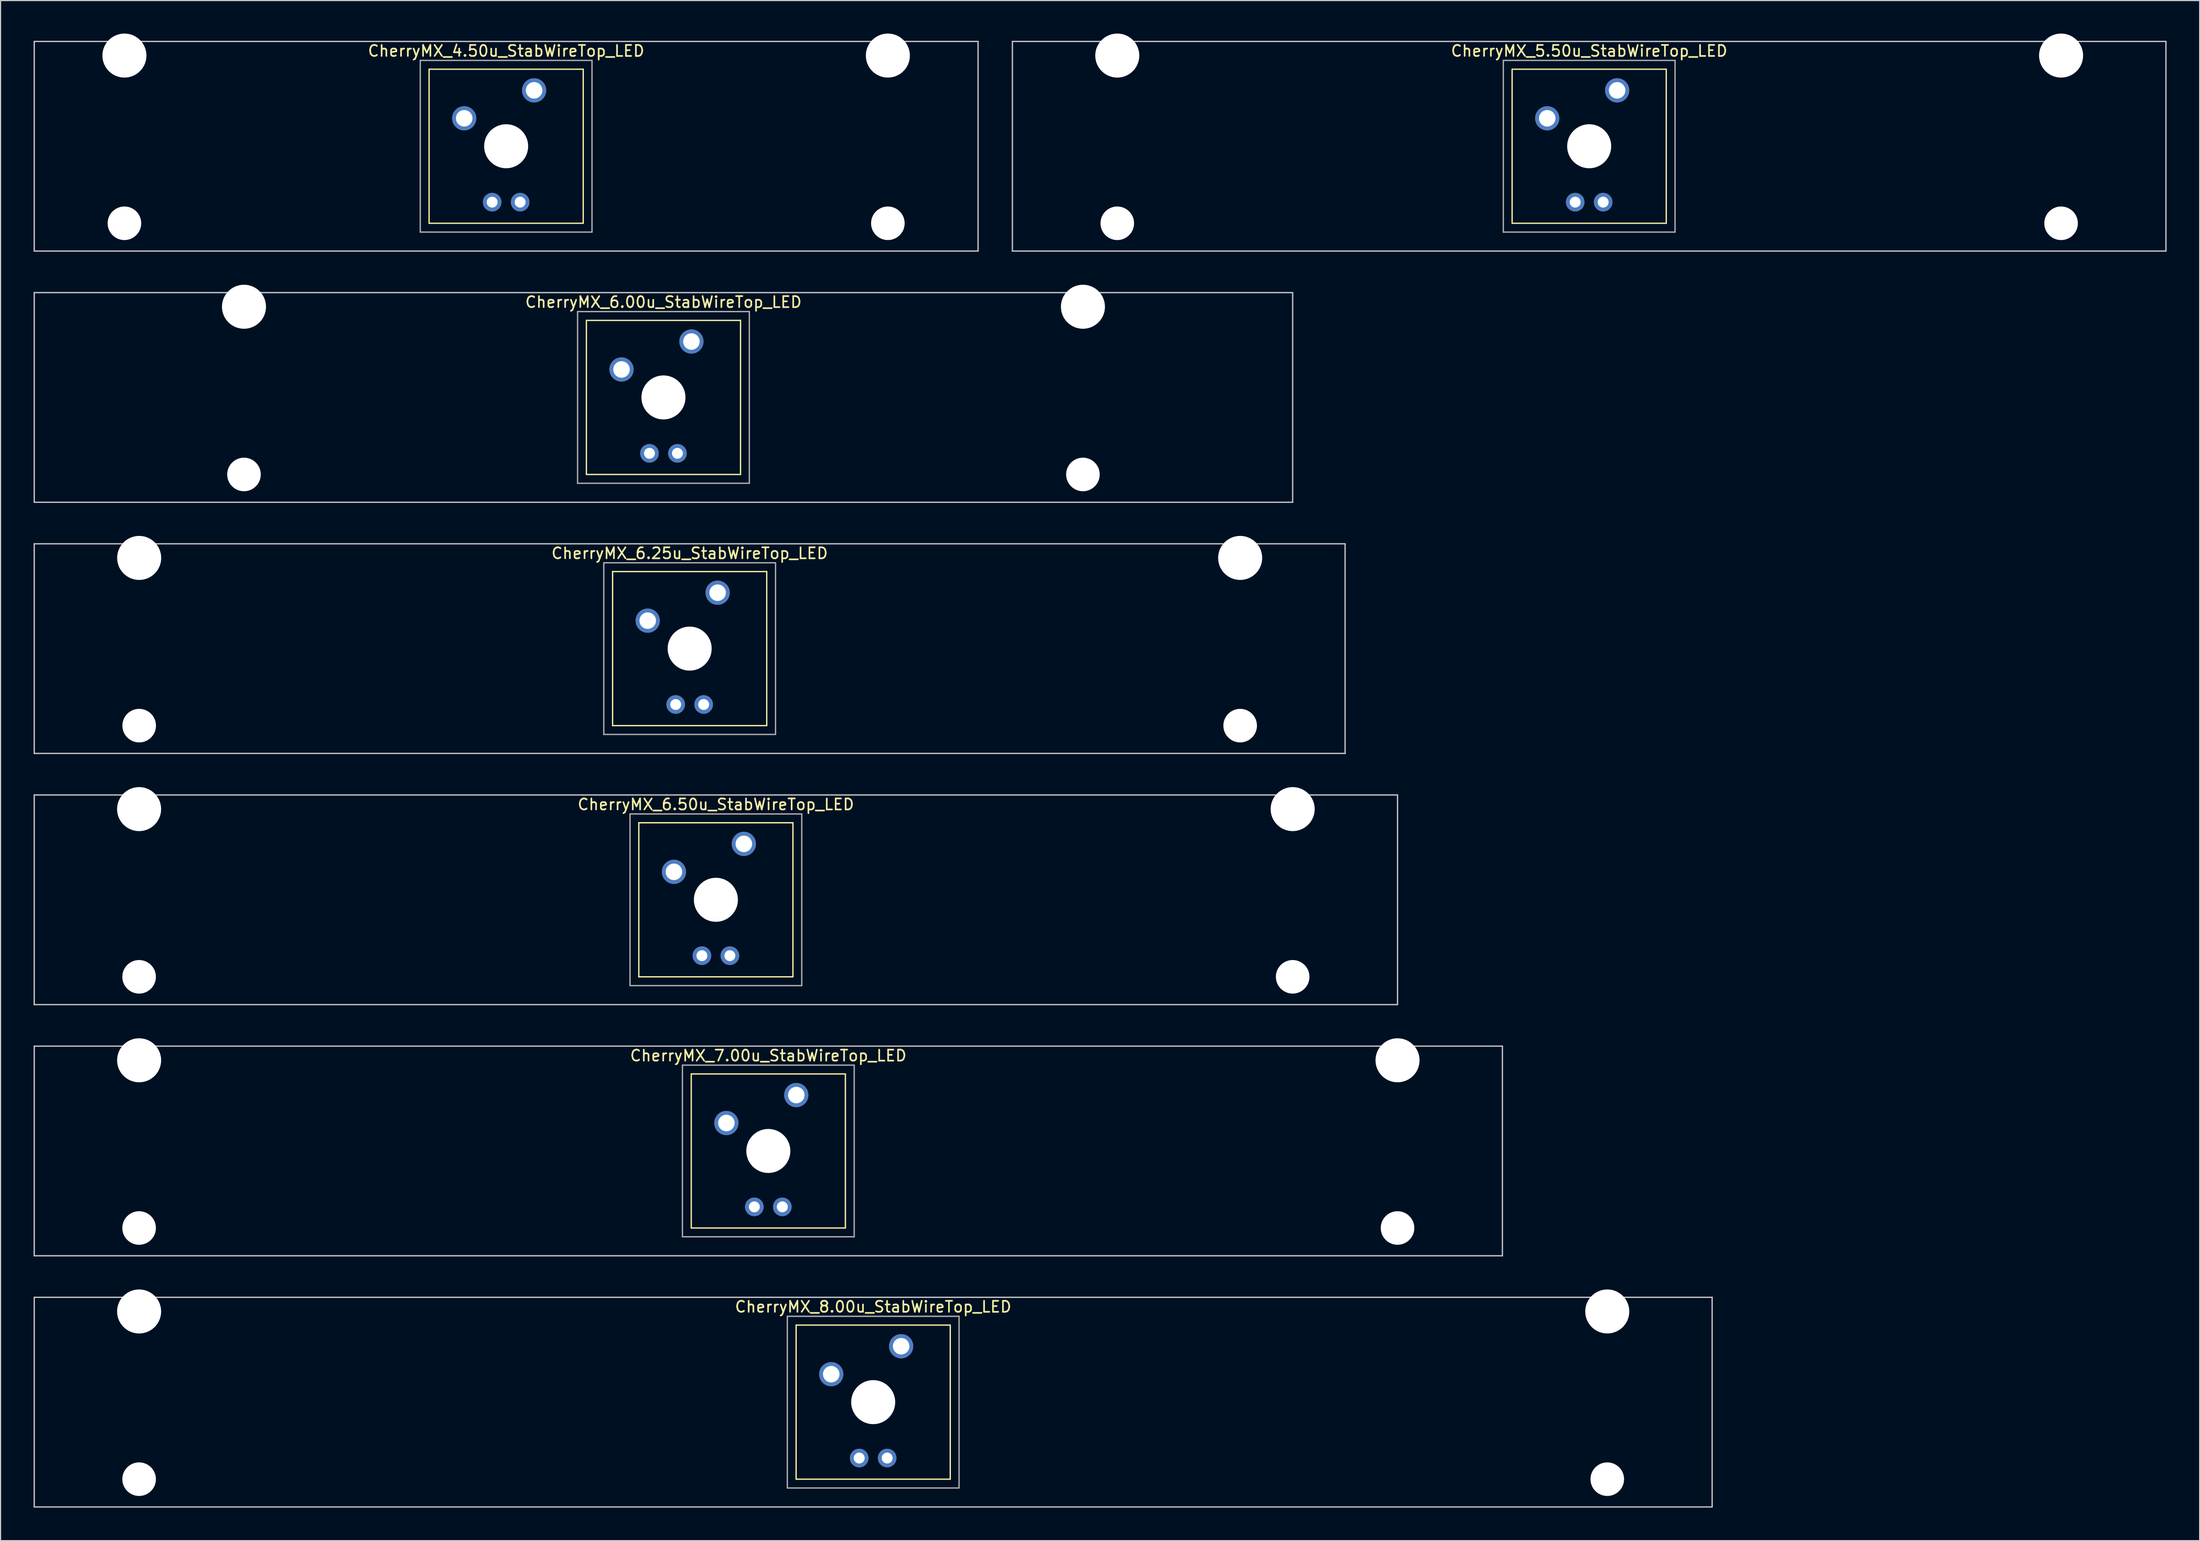
<source format=kicad_pcb>
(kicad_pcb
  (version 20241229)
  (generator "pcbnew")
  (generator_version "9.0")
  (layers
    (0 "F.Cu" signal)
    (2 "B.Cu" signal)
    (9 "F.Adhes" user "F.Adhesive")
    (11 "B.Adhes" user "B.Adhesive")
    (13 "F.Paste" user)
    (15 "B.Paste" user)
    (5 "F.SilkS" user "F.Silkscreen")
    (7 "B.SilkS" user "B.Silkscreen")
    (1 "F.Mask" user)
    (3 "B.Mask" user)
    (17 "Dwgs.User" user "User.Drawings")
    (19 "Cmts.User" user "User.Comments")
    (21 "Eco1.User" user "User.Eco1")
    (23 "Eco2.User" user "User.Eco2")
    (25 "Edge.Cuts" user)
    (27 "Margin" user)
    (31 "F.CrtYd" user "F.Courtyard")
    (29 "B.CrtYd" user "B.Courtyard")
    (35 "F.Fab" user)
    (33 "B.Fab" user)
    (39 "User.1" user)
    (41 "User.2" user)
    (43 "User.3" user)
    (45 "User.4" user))
  (footprint "CherryMX_6.00u_StabWireTop_LED"
    (layer "F.Cu")
    (at 57.21 33.065)
    (property "Reference" "CherryMX_6.00u_StabWireTop_LED" (at 0 -8.662 0) (layer "F.SilkS") (effects (font (size 1 1) (thickness 0.15))))
    (attr through_hole)
    (fp_line (start -7 -7) (end -7 7) (stroke (width 0.12) (type solid)) (layer "F.SilkS"))
    (fp_line (start -7 -7) (end 7 -7) (stroke (width 0.12) (type solid)) (layer "F.SilkS"))
    (fp_line (start 7 -7) (end 7 7) (stroke (width 0.12) (type solid)) (layer "F.SilkS"))
    (fp_line (start 7 7) (end -7 7) (stroke (width 0.12) (type solid)) (layer "F.SilkS"))
    (fp_line (start -57.15 -9.525) (end 57.15 -9.525) (stroke (width 0.12) (type solid)) (layer "Dwgs.User"))
    (fp_line (start -57.15 9.525) (end -57.15 -9.525) (stroke (width 0.12) (type solid)) (layer "Dwgs.User"))
    (fp_line (start 57.15 -9.525) (end 57.15 9.525) (stroke (width 0.12) (type solid)) (layer "Dwgs.User"))
    (fp_line (start 57.15 9.525) (end -57.15 9.525) (stroke (width 0.12) (type solid)) (layer "Dwgs.User"))
    (fp_line (start -7.8 -7.8) (end -7.8 7.8) (stroke (width 0.12) (type solid)) (layer "F.Fab"))
    (fp_line (start -7.8 -7.8) (end 7.8 -7.8) (stroke (width 0.12) (type solid)) (layer "F.Fab"))
    (fp_line (start -7.8 7.8) (end 7.8 7.8) (stroke (width 0.12) (type solid)) (layer "F.Fab"))
    (fp_line (start 7.8 -7.8) (end 7.8 7.8) (stroke (width 0.12) (type solid)) (layer "F.Fab"))
    (pad "" np_thru_hole circle (at -38.1 -8.24) (size 4 4) (drill 4) (layers "*.Cu" "*.Mask"))
    (pad "" np_thru_hole circle (at -38.1 7) (size 3.05 3.05) (drill 3.05) (layers "*.Cu" "*.Mask"))
    (pad "" np_thru_hole circle (at 0 0) (size 4 4) (drill 4) (layers "*.Cu" "*.Mask"))
    (pad "" np_thru_hole circle (at 38.1 -8.24) (size 4 4) (drill 4) (layers "*.Cu" "*.Mask"))
    (pad "" np_thru_hole circle (at 38.1 7) (size 3.05 3.05) (drill 3.05) (layers "*.Cu" "*.Mask"))
    (pad "1" thru_hole circle (at -3.81 -2.54) (size 2.2 2.2) (drill 1.5) (layers "*.Cu" "*.Mask"))
    (pad "2" thru_hole circle (at 2.54 -5.08) (size 2.2 2.2) (drill 1.5) (layers "*.Cu" "*.Mask"))
    (pad "3" thru_hole circle (at -1.27 5.08) (size 1.691 1.691) (drill 0.991) (layers "*.Cu" "*.Mask"))
    (pad "4" thru_hole circle (at 1.27 5.08) (size 1.691 1.691) (drill 0.991) (layers "*.Cu" "*.Mask")))
  (footprint "CherryMX_8.00u_StabWireTop_LED"
    (layer "F.Cu")
    (at 76.26 124.365)
    (property "Reference" "CherryMX_8.00u_StabWireTop_LED" (at 0 -8.662 0) (layer "F.SilkS") (effects (font (size 1 1) (thickness 0.15))))
    (attr through_hole)
    (fp_line (start -7 -7) (end -7 7) (stroke (width 0.12) (type solid)) (layer "F.SilkS"))
    (fp_line (start -7 -7) (end 7 -7) (stroke (width 0.12) (type solid)) (layer "F.SilkS"))
    (fp_line (start 7 -7) (end 7 7) (stroke (width 0.12) (type solid)) (layer "F.SilkS"))
    (fp_line (start 7 7) (end -7 7) (stroke (width 0.12) (type solid)) (layer "F.SilkS"))
    (fp_line (start -76.2 -9.525) (end 76.2 -9.525) (stroke (width 0.12) (type solid)) (layer "Dwgs.User"))
    (fp_line (start -76.2 9.525) (end -76.2 -9.525) (stroke (width 0.12) (type solid)) (layer "Dwgs.User"))
    (fp_line (start 76.2 -9.525) (end 76.2 9.525) (stroke (width 0.12) (type solid)) (layer "Dwgs.User"))
    (fp_line (start 76.2 9.525) (end -76.2 9.525) (stroke (width 0.12) (type solid)) (layer "Dwgs.User"))
    (fp_line (start -7.8 -7.8) (end -7.8 7.8) (stroke (width 0.12) (type solid)) (layer "F.Fab"))
    (fp_line (start -7.8 -7.8) (end 7.8 -7.8) (stroke (width 0.12) (type solid)) (layer "F.Fab"))
    (fp_line (start -7.8 7.8) (end 7.8 7.8) (stroke (width 0.12) (type solid)) (layer "F.Fab"))
    (fp_line (start 7.8 -7.8) (end 7.8 7.8) (stroke (width 0.12) (type solid)) (layer "F.Fab"))
    (pad "" np_thru_hole circle (at -66.675 -8.24) (size 4 4) (drill 4) (layers "*.Cu" "*.Mask"))
    (pad "" np_thru_hole circle (at -66.675 7) (size 3.05 3.05) (drill 3.05) (layers "*.Cu" "*.Mask"))
    (pad "" np_thru_hole circle (at 0 0) (size 4 4) (drill 4) (layers "*.Cu" "*.Mask"))
    (pad "" np_thru_hole circle (at 66.675 -8.24) (size 4 4) (drill 4) (layers "*.Cu" "*.Mask"))
    (pad "" np_thru_hole circle (at 66.675 7) (size 3.05 3.05) (drill 3.05) (layers "*.Cu" "*.Mask"))
    (pad "1" thru_hole circle (at -3.81 -2.54) (size 2.2 2.2) (drill 1.5) (layers "*.Cu" "*.Mask"))
    (pad "2" thru_hole circle (at 2.54 -5.08) (size 2.2 2.2) (drill 1.5) (layers "*.Cu" "*.Mask"))
    (pad "3" thru_hole circle (at -1.27 5.08) (size 1.691 1.691) (drill 0.991) (layers "*.Cu" "*.Mask"))
    (pad "4" thru_hole circle (at 1.27 5.08) (size 1.691 1.691) (drill 0.991) (layers "*.Cu" "*.Mask")))
  (footprint "CherryMX_6.50u_StabWireTop_LED"
    (layer "F.Cu")
    (at 61.972 78.715)
    (property "Reference" "CherryMX_6.50u_StabWireTop_LED" (at 0 -8.662 0) (layer "F.SilkS") (effects (font (size 1 1) (thickness 0.15))))
    (attr through_hole)
    (fp_line (start -7 -7) (end -7 7) (stroke (width 0.12) (type solid)) (layer "F.SilkS"))
    (fp_line (start -7 -7) (end 7 -7) (stroke (width 0.12) (type solid)) (layer "F.SilkS"))
    (fp_line (start 7 -7) (end 7 7) (stroke (width 0.12) (type solid)) (layer "F.SilkS"))
    (fp_line (start 7 7) (end -7 7) (stroke (width 0.12) (type solid)) (layer "F.SilkS"))
    (fp_line (start -61.913 -9.525) (end 61.913 -9.525) (stroke (width 0.12) (type solid)) (layer "Dwgs.User"))
    (fp_line (start -61.913 9.525) (end -61.913 -9.525) (stroke (width 0.12) (type solid)) (layer "Dwgs.User"))
    (fp_line (start 61.913 -9.525) (end 61.913 9.525) (stroke (width 0.12) (type solid)) (layer "Dwgs.User"))
    (fp_line (start 61.913 9.525) (end -61.913 9.525) (stroke (width 0.12) (type solid)) (layer "Dwgs.User"))
    (fp_line (start -7.8 -7.8) (end -7.8 7.8) (stroke (width 0.12) (type solid)) (layer "F.Fab"))
    (fp_line (start -7.8 -7.8) (end 7.8 -7.8) (stroke (width 0.12) (type solid)) (layer "F.Fab"))
    (fp_line (start -7.8 7.8) (end 7.8 7.8) (stroke (width 0.12) (type solid)) (layer "F.Fab"))
    (fp_line (start 7.8 -7.8) (end 7.8 7.8) (stroke (width 0.12) (type solid)) (layer "F.Fab"))
    (pad "" np_thru_hole circle (at -52.388 -8.24) (size 4 4) (drill 4) (layers "*.Cu" "*.Mask"))
    (pad "" np_thru_hole circle (at -52.388 7) (size 3.05 3.05) (drill 3.05) (layers "*.Cu" "*.Mask"))
    (pad "" np_thru_hole circle (at 0 0) (size 4 4) (drill 4) (layers "*.Cu" "*.Mask"))
    (pad "" np_thru_hole circle (at 52.388 -8.24) (size 4 4) (drill 4) (layers "*.Cu" "*.Mask"))
    (pad "" np_thru_hole circle (at 52.388 7) (size 3.05 3.05) (drill 3.05) (layers "*.Cu" "*.Mask"))
    (pad "1" thru_hole circle (at -3.81 -2.54) (size 2.2 2.2) (drill 1.5) (layers "*.Cu" "*.Mask"))
    (pad "2" thru_hole circle (at 2.54 -5.08) (size 2.2 2.2) (drill 1.5) (layers "*.Cu" "*.Mask"))
    (pad "3" thru_hole circle (at -1.27 5.08) (size 1.691 1.691) (drill 0.991) (layers "*.Cu" "*.Mask"))
    (pad "4" thru_hole circle (at 1.27 5.08) (size 1.691 1.691) (drill 0.991) (layers "*.Cu" "*.Mask")))
  (footprint "CherryMX_6.25u_StabWireTop_LED"
    (layer "F.Cu")
    (at 59.591 55.89)
    (property "Reference" "CherryMX_6.25u_StabWireTop_LED" (at 0 -8.662 0) (layer "F.SilkS") (effects (font (size 1 1) (thickness 0.15))))
    (attr through_hole)
    (fp_line (start -7 -7) (end -7 7) (stroke (width 0.12) (type solid)) (layer "F.SilkS"))
    (fp_line (start -7 -7) (end 7 -7) (stroke (width 0.12) (type solid)) (layer "F.SilkS"))
    (fp_line (start 7 -7) (end 7 7) (stroke (width 0.12) (type solid)) (layer "F.SilkS"))
    (fp_line (start 7 7) (end -7 7) (stroke (width 0.12) (type solid)) (layer "F.SilkS"))
    (fp_line (start -59.531 -9.525) (end 59.531 -9.525) (stroke (width 0.12) (type solid)) (layer "Dwgs.User"))
    (fp_line (start -59.531 9.525) (end -59.531 -9.525) (stroke (width 0.12) (type solid)) (layer "Dwgs.User"))
    (fp_line (start 59.531 -9.525) (end 59.531 9.525) (stroke (width 0.12) (type solid)) (layer "Dwgs.User"))
    (fp_line (start 59.531 9.525) (end -59.531 9.525) (stroke (width 0.12) (type solid)) (layer "Dwgs.User"))
    (fp_line (start -7.8 -7.8) (end -7.8 7.8) (stroke (width 0.12) (type solid)) (layer "F.Fab"))
    (fp_line (start -7.8 -7.8) (end 7.8 -7.8) (stroke (width 0.12) (type solid)) (layer "F.Fab"))
    (fp_line (start -7.8 7.8) (end 7.8 7.8) (stroke (width 0.12) (type solid)) (layer "F.Fab"))
    (fp_line (start 7.8 -7.8) (end 7.8 7.8) (stroke (width 0.12) (type solid)) (layer "F.Fab"))
    (pad "" np_thru_hole circle (at -50 -8.24) (size 4 4) (drill 4) (layers "*.Cu" "*.Mask"))
    (pad "" np_thru_hole circle (at -50 7) (size 3.05 3.05) (drill 3.05) (layers "*.Cu" "*.Mask"))
    (pad "" np_thru_hole circle (at 0 0) (size 4 4) (drill 4) (layers "*.Cu" "*.Mask"))
    (pad "" np_thru_hole circle (at 50 -8.24) (size 4 4) (drill 4) (layers "*.Cu" "*.Mask"))
    (pad "" np_thru_hole circle (at 50 7) (size 3.05 3.05) (drill 3.05) (layers "*.Cu" "*.Mask"))
    (pad "1" thru_hole circle (at -3.81 -2.54) (size 2.2 2.2) (drill 1.5) (layers "*.Cu" "*.Mask"))
    (pad "2" thru_hole circle (at 2.54 -5.08) (size 2.2 2.2) (drill 1.5) (layers "*.Cu" "*.Mask"))
    (pad "3" thru_hole circle (at -1.27 5.08) (size 1.691 1.691) (drill 0.991) (layers "*.Cu" "*.Mask"))
    (pad "4" thru_hole circle (at 1.27 5.08) (size 1.691 1.691) (drill 0.991) (layers "*.Cu" "*.Mask")))
  (footprint "CherryMX_7.00u_StabWireTop_LED"
    (layer "F.Cu")
    (at 66.735 101.54)
    (property "Reference" "CherryMX_7.00u_StabWireTop_LED" (at 0 -8.662 0) (layer "F.SilkS") (effects (font (size 1 1) (thickness 0.15))))
    (attr through_hole)
    (fp_line (start -7 -7) (end -7 7) (stroke (width 0.12) (type solid)) (layer "F.SilkS"))
    (fp_line (start -7 -7) (end 7 -7) (stroke (width 0.12) (type solid)) (layer "F.SilkS"))
    (fp_line (start 7 -7) (end 7 7) (stroke (width 0.12) (type solid)) (layer "F.SilkS"))
    (fp_line (start 7 7) (end -7 7) (stroke (width 0.12) (type solid)) (layer "F.SilkS"))
    (fp_line (start -66.675 -9.525) (end 66.675 -9.525) (stroke (width 0.12) (type solid)) (layer "Dwgs.User"))
    (fp_line (start -66.675 9.525) (end -66.675 -9.525) (stroke (width 0.12) (type solid)) (layer "Dwgs.User"))
    (fp_line (start 66.675 -9.525) (end 66.675 9.525) (stroke (width 0.12) (type solid)) (layer "Dwgs.User"))
    (fp_line (start 66.675 9.525) (end -66.675 9.525) (stroke (width 0.12) (type solid)) (layer "Dwgs.User"))
    (fp_line (start -7.8 -7.8) (end -7.8 7.8) (stroke (width 0.12) (type solid)) (layer "F.Fab"))
    (fp_line (start -7.8 -7.8) (end 7.8 -7.8) (stroke (width 0.12) (type solid)) (layer "F.Fab"))
    (fp_line (start -7.8 7.8) (end 7.8 7.8) (stroke (width 0.12) (type solid)) (layer "F.Fab"))
    (fp_line (start 7.8 -7.8) (end 7.8 7.8) (stroke (width 0.12) (type solid)) (layer "F.Fab"))
    (pad "" np_thru_hole circle (at -57.15 -8.24) (size 4 4) (drill 4) (layers "*.Cu" "*.Mask"))
    (pad "" np_thru_hole circle (at -57.15 7) (size 3.05 3.05) (drill 3.05) (layers "*.Cu" "*.Mask"))
    (pad "" np_thru_hole circle (at 0 0) (size 4 4) (drill 4) (layers "*.Cu" "*.Mask"))
    (pad "" np_thru_hole circle (at 57.15 -8.24) (size 4 4) (drill 4) (layers "*.Cu" "*.Mask"))
    (pad "" np_thru_hole circle (at 57.15 7) (size 3.05 3.05) (drill 3.05) (layers "*.Cu" "*.Mask"))
    (pad "1" thru_hole circle (at -3.81 -2.54) (size 2.2 2.2) (drill 1.5) (layers "*.Cu" "*.Mask"))
    (pad "2" thru_hole circle (at 2.54 -5.08) (size 2.2 2.2) (drill 1.5) (layers "*.Cu" "*.Mask"))
    (pad "3" thru_hole circle (at -1.27 5.08) (size 1.691 1.691) (drill 0.991) (layers "*.Cu" "*.Mask"))
    (pad "4" thru_hole circle (at 1.27 5.08) (size 1.691 1.691) (drill 0.991) (layers "*.Cu" "*.Mask")))
  (footprint "CherryMX_4.50u_StabWireTop_LED"
    (layer "F.Cu")
    (at 42.922 10.24)
    (property "Reference" "CherryMX_4.50u_StabWireTop_LED" (at 0 -8.662 0) (layer "F.SilkS") (effects (font (size 1 1) (thickness 0.15))))
    (attr through_hole)
    (fp_line (start -7 -7) (end -7 7) (stroke (width 0.12) (type solid)) (layer "F.SilkS"))
    (fp_line (start -7 -7) (end 7 -7) (stroke (width 0.12) (type solid)) (layer "F.SilkS"))
    (fp_line (start 7 -7) (end 7 7) (stroke (width 0.12) (type solid)) (layer "F.SilkS"))
    (fp_line (start 7 7) (end -7 7) (stroke (width 0.12) (type solid)) (layer "F.SilkS"))
    (fp_line (start -42.862 -9.525) (end 42.862 -9.525) (stroke (width 0.12) (type solid)) (layer "Dwgs.User"))
    (fp_line (start -42.862 9.525) (end -42.862 -9.525) (stroke (width 0.12) (type solid)) (layer "Dwgs.User"))
    (fp_line (start 42.862 -9.525) (end 42.862 9.525) (stroke (width 0.12) (type solid)) (layer "Dwgs.User"))
    (fp_line (start 42.862 9.525) (end -42.862 9.525) (stroke (width 0.12) (type solid)) (layer "Dwgs.User"))
    (fp_line (start -7.8 -7.8) (end -7.8 7.8) (stroke (width 0.12) (type solid)) (layer "F.Fab"))
    (fp_line (start -7.8 -7.8) (end 7.8 -7.8) (stroke (width 0.12) (type solid)) (layer "F.Fab"))
    (fp_line (start -7.8 7.8) (end 7.8 7.8) (stroke (width 0.12) (type solid)) (layer "F.Fab"))
    (fp_line (start 7.8 -7.8) (end 7.8 7.8) (stroke (width 0.12) (type solid)) (layer "F.Fab"))
    (pad "" np_thru_hole circle (at -34.671 -8.24) (size 4 4) (drill 4) (layers "*.Cu" "*.Mask"))
    (pad "" np_thru_hole circle (at -34.671 7) (size 3.05 3.05) (drill 3.05) (layers "*.Cu" "*.Mask"))
    (pad "" np_thru_hole circle (at 0 0) (size 4 4) (drill 4) (layers "*.Cu" "*.Mask"))
    (pad "" np_thru_hole circle (at 34.671 -8.24) (size 4 4) (drill 4) (layers "*.Cu" "*.Mask"))
    (pad "" np_thru_hole circle (at 34.671 7) (size 3.05 3.05) (drill 3.05) (layers "*.Cu" "*.Mask"))
    (pad "1" thru_hole circle (at -3.81 -2.54) (size 2.2 2.2) (drill 1.5) (layers "*.Cu" "*.Mask"))
    (pad "2" thru_hole circle (at 2.54 -5.08) (size 2.2 2.2) (drill 1.5) (layers "*.Cu" "*.Mask"))
    (pad "3" thru_hole circle (at -1.27 5.08) (size 1.691 1.691) (drill 0.991) (layers "*.Cu" "*.Mask"))
    (pad "4" thru_hole circle (at 1.27 5.08) (size 1.691 1.691) (drill 0.991) (layers "*.Cu" "*.Mask")))
  (footprint "CherryMX_5.50u_StabWireTop_LED"
    (layer "F.Cu")
    (at 141.292 10.24)
    (property "Reference" "CherryMX_5.50u_StabWireTop_LED" (at 0 -8.662 0) (layer "F.SilkS") (effects (font (size 1 1) (thickness 0.15))))
    (attr through_hole)
    (fp_line (start -7 -7) (end -7 7) (stroke (width 0.12) (type solid)) (layer "F.SilkS"))
    (fp_line (start -7 -7) (end 7 -7) (stroke (width 0.12) (type solid)) (layer "F.SilkS"))
    (fp_line (start 7 -7) (end 7 7) (stroke (width 0.12) (type solid)) (layer "F.SilkS"))
    (fp_line (start 7 7) (end -7 7) (stroke (width 0.12) (type solid)) (layer "F.SilkS"))
    (fp_line (start -52.388 -9.525) (end 52.388 -9.525) (stroke (width 0.12) (type solid)) (layer "Dwgs.User"))
    (fp_line (start -52.388 9.525) (end -52.388 -9.525) (stroke (width 0.12) (type solid)) (layer "Dwgs.User"))
    (fp_line (start 52.388 -9.525) (end 52.388 9.525) (stroke (width 0.12) (type solid)) (layer "Dwgs.User"))
    (fp_line (start 52.388 9.525) (end -52.388 9.525) (stroke (width 0.12) (type solid)) (layer "Dwgs.User"))
    (fp_line (start -7.8 -7.8) (end -7.8 7.8) (stroke (width 0.12) (type solid)) (layer "F.Fab"))
    (fp_line (start -7.8 -7.8) (end 7.8 -7.8) (stroke (width 0.12) (type solid)) (layer "F.Fab"))
    (fp_line (start -7.8 7.8) (end 7.8 7.8) (stroke (width 0.12) (type solid)) (layer "F.Fab"))
    (fp_line (start 7.8 -7.8) (end 7.8 7.8) (stroke (width 0.12) (type solid)) (layer "F.Fab"))
    (pad "" np_thru_hole circle (at -42.862 -8.24) (size 4 4) (drill 4) (layers "*.Cu" "*.Mask"))
    (pad "" np_thru_hole circle (at -42.862 7) (size 3.05 3.05) (drill 3.05) (layers "*.Cu" "*.Mask"))
    (pad "" np_thru_hole circle (at 0 0) (size 4 4) (drill 4) (layers "*.Cu" "*.Mask"))
    (pad "" np_thru_hole circle (at 42.862 -8.24) (size 4 4) (drill 4) (layers "*.Cu" "*.Mask"))
    (pad "" np_thru_hole circle (at 42.862 7) (size 3.05 3.05) (drill 3.05) (layers "*.Cu" "*.Mask"))
    (pad "1" thru_hole circle (at -3.81 -2.54) (size 2.2 2.2) (drill 1.5) (layers "*.Cu" "*.Mask"))
    (pad "2" thru_hole circle (at 2.54 -5.08) (size 2.2 2.2) (drill 1.5) (layers "*.Cu" "*.Mask"))
    (pad "3" thru_hole circle (at -1.27 5.08) (size 1.691 1.691) (drill 0.991) (layers "*.Cu" "*.Mask"))
    (pad "4" thru_hole circle (at 1.27 5.08) (size 1.691 1.691) (drill 0.991) (layers "*.Cu" "*.Mask")))
  (gr_rect
    (start -3 -3)
    (end 196.74 136.95)
    (stroke (width 0.1) (type default))
    (fill no)
    (layer "Edge.Cuts")))
</source>
